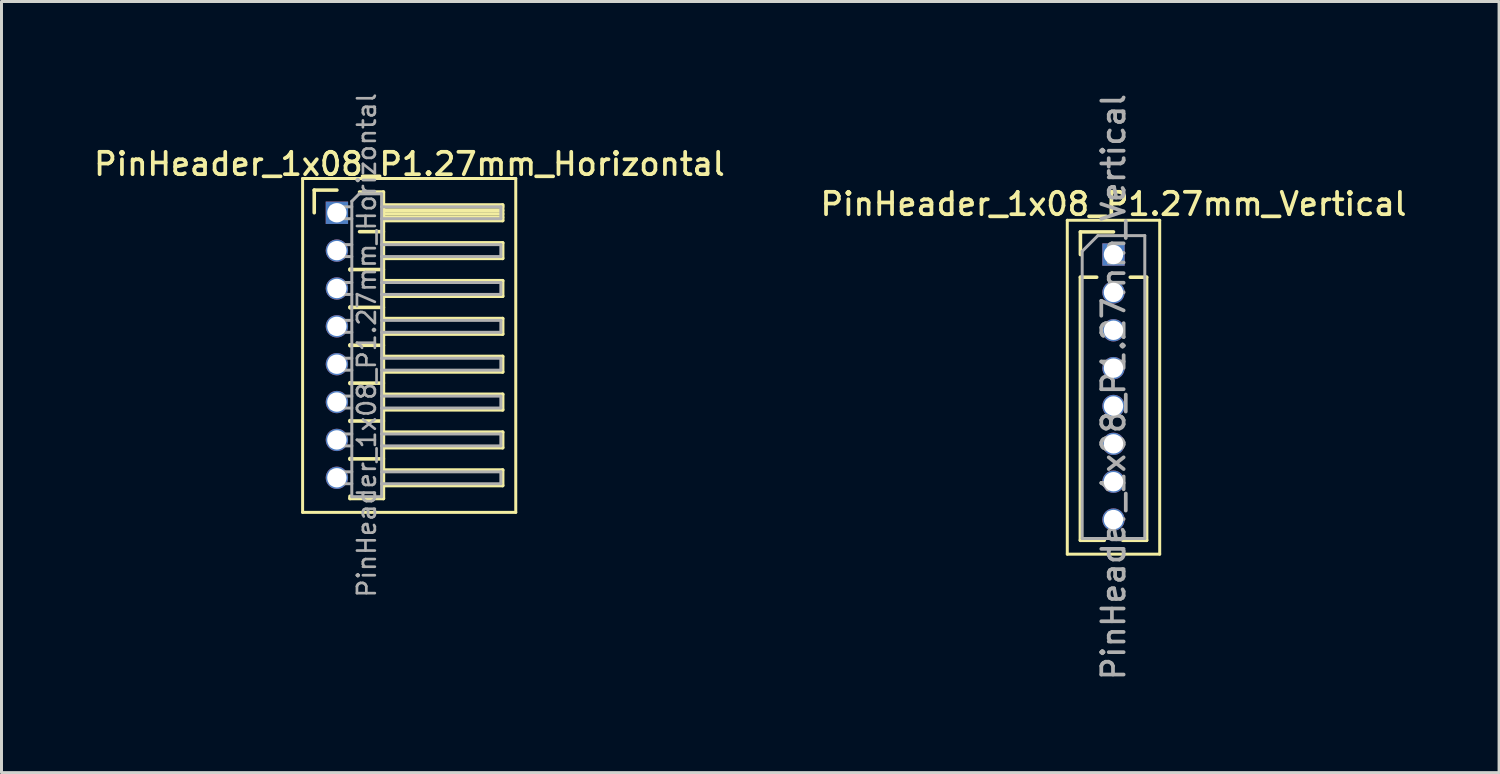
<source format=kicad_pcb>
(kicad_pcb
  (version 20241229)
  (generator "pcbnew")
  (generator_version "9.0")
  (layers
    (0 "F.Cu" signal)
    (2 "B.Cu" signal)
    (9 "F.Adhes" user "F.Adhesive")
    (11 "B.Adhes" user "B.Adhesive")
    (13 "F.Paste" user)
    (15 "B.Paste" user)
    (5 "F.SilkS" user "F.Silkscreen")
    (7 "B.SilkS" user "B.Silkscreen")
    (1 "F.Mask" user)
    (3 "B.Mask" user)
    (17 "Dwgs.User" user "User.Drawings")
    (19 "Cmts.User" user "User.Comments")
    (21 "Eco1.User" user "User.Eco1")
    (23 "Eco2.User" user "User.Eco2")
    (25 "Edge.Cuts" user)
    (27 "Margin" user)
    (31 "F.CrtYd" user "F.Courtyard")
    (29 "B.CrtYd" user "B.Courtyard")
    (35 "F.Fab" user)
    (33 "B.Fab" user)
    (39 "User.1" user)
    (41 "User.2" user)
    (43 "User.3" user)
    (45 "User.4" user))
  (footprint "PinHeader_1x08_P1.27mm_Vertical"
    (layer "F.Cu")
    (at 34.302 5.489)
    (property "Reference" "PinHeader_1x08_P1.27mm_Vertical" (at 0 -1.695 0) (layer "F.SilkS") (effects (font (size 0.75 0.75) (thickness 0.125))))
    (attr through_hole)
    (fp_line (start -1.55 -1.15) (end -1.55 10.05) (stroke (width 0.1) (type solid)) (layer "F.SilkS"))
    (fp_line (start -1.55 10.05) (end 1.55 10.05) (stroke (width 0.1) (type solid)) (layer "F.SilkS"))
    (fp_line (start -1.11 -0.76) (end 0 -0.76) (stroke (width 0.12) (type solid)) (layer "F.SilkS"))
    (fp_line (start -1.11 0) (end -1.11 -0.76) (stroke (width 0.12) (type solid)) (layer "F.SilkS"))
    (fp_line (start -1.11 0.76) (end -1.11 9.585) (stroke (width 0.12) (type solid)) (layer "F.SilkS"))
    (fp_line (start -1.11 0.76) (end -0.563 0.76) (stroke (width 0.12) (type solid)) (layer "F.SilkS"))
    (fp_line (start -1.11 9.585) (end -0.308 9.585) (stroke (width 0.12) (type solid)) (layer "F.SilkS"))
    (fp_line (start 0.308 9.585) (end 1.11 9.585) (stroke (width 0.12) (type solid)) (layer "F.SilkS"))
    (fp_line (start 0.563 0.76) (end 1.11 0.76) (stroke (width 0.12) (type solid)) (layer "F.SilkS"))
    (fp_line (start 1.11 0.76) (end 1.11 9.585) (stroke (width 0.12) (type solid)) (layer "F.SilkS"))
    (fp_line (start 1.55 -1.15) (end -1.55 -1.15) (stroke (width 0.1) (type solid)) (layer "F.SilkS"))
    (fp_line (start 1.55 10.05) (end 1.55 -1.15) (stroke (width 0.1) (type solid)) (layer "F.SilkS"))
    (fp_line (start -1.05 -0.11) (end -0.525 -0.635) (stroke (width 0.1) (type solid)) (layer "F.Fab"))
    (fp_line (start -1.05 9.525) (end -1.05 -0.11) (stroke (width 0.1) (type solid)) (layer "F.Fab"))
    (fp_line (start -0.525 -0.635) (end 1.05 -0.635) (stroke (width 0.1) (type solid)) (layer "F.Fab"))
    (fp_line (start 1.05 -0.635) (end 1.05 9.525) (stroke (width 0.1) (type solid)) (layer "F.Fab"))
    (fp_line (start 1.05 9.525) (end -1.05 9.525) (stroke (width 0.1) (type solid)) (layer "F.Fab"))
    (fp_text user "${REFERENCE}" (at 0 4.445 90) (layer "F.Fab") (effects (font (size 0.75 0.75) (thickness 0.125))))
    (pad "1" thru_hole rect (at 0 0) (size 0.75 0.75) (drill 0.65) (layers "*.Cu" "*.Mask"))
    (pad "2" thru_hole oval (at 0 1.27) (size 0.75 0.75) (drill 0.65) (layers "*.Cu" "*.Mask"))
    (pad "3" thru_hole oval (at 0 2.54) (size 0.75 0.75) (drill 0.65) (layers "*.Cu" "*.Mask"))
    (pad "4" thru_hole oval (at 0 3.81) (size 0.75 0.75) (drill 0.65) (layers "*.Cu" "*.Mask"))
    (pad "5" thru_hole oval (at 0 5.08) (size 0.75 0.75) (drill 0.65) (layers "*.Cu" "*.Mask"))
    (pad "6" thru_hole oval (at 0 6.35) (size 0.75 0.75) (drill 0.65) (layers "*.Cu" "*.Mask"))
    (pad "7" thru_hole oval (at 0 7.62) (size 0.75 0.75) (drill 0.65) (layers "*.Cu" "*.Mask"))
    (pad "8" thru_hole oval (at 0 8.89) (size 0.75 0.75) (drill 0.65) (layers "*.Cu" "*.Mask")))
  (footprint "PinHeader_1x08_P1.27mm_Horizontal"
    (layer "F.Cu")
    (at 8.251 4.087)
    (property "Reference" "PinHeader_1x08_P1.27mm_Horizontal" (at 2.433 -1.635 0) (layer "F.SilkS") (effects (font (size 0.75 0.75) (thickness 0.125))))
    (attr through_hole)
    (fp_line (start -1.15 -1.15) (end -1.15 10.05) (stroke (width 0.1) (type solid)) (layer "F.SilkS"))
    (fp_line (start -1.15 10.05) (end 6 10.05) (stroke (width 0.1) (type solid)) (layer "F.SilkS"))
    (fp_line (start -0.76 -0.76) (end 0 -0.76) (stroke (width 0.12) (type solid)) (layer "F.SilkS"))
    (fp_line (start -0.76 0) (end -0.76 -0.76) (stroke (width 0.12) (type solid)) (layer "F.SilkS"))
    (fp_line (start 0.44 1.89) (end 0.44 1.92) (stroke (width 0.12) (type solid)) (layer "F.SilkS"))
    (fp_line (start 0.44 1.905) (end 1.56 1.905) (stroke (width 0.12) (type solid)) (layer "F.SilkS"))
    (fp_line (start 0.44 3.16) (end 0.44 3.19) (stroke (width 0.12) (type solid)) (layer "F.SilkS"))
    (fp_line (start 0.44 3.175) (end 1.56 3.175) (stroke (width 0.12) (type solid)) (layer "F.SilkS"))
    (fp_line (start 0.44 4.43) (end 0.44 4.46) (stroke (width 0.12) (type solid)) (layer "F.SilkS"))
    (fp_line (start 0.44 4.445) (end 1.56 4.445) (stroke (width 0.12) (type solid)) (layer "F.SilkS"))
    (fp_line (start 0.44 5.7) (end 0.44 5.73) (stroke (width 0.12) (type solid)) (layer "F.SilkS"))
    (fp_line (start 0.44 5.715) (end 1.56 5.715) (stroke (width 0.12) (type solid)) (layer "F.SilkS"))
    (fp_line (start 0.44 6.97) (end 0.44 7) (stroke (width 0.12) (type solid)) (layer "F.SilkS"))
    (fp_line (start 0.44 6.985) (end 1.56 6.985) (stroke (width 0.12) (type solid)) (layer "F.SilkS"))
    (fp_line (start 0.44 8.24) (end 0.44 8.27) (stroke (width 0.12) (type solid)) (layer "F.SilkS"))
    (fp_line (start 0.44 8.255) (end 1.56 8.255) (stroke (width 0.12) (type solid)) (layer "F.SilkS"))
    (fp_line (start 0.44 9.585) (end 0.44 9.51) (stroke (width 0.12) (type solid)) (layer "F.SilkS"))
    (fp_line (start 0.76 -0.695) (end 1.56 -0.695) (stroke (width 0.12) (type solid)) (layer "F.SilkS"))
    (fp_line (start 0.76 0.635) (end 1.56 0.635) (stroke (width 0.12) (type solid)) (layer "F.SilkS"))
    (fp_line (start 1.56 -0.695) (end 1.56 9.585) (stroke (width 0.12) (type solid)) (layer "F.SilkS"))
    (fp_line (start 1.56 -0.26) (end 5.56 -0.26) (stroke (width 0.12) (type solid)) (layer "F.SilkS"))
    (fp_line (start 1.56 -0.2) (end 5.56 -0.2) (stroke (width 0.12) (type solid)) (layer "F.SilkS"))
    (fp_line (start 1.56 -0.08) (end 5.56 -0.08) (stroke (width 0.12) (type solid)) (layer "F.SilkS"))
    (fp_line (start 1.56 0.04) (end 5.56 0.04) (stroke (width 0.12) (type solid)) (layer "F.SilkS"))
    (fp_line (start 1.56 0.16) (end 5.56 0.16) (stroke (width 0.12) (type solid)) (layer "F.SilkS"))
    (fp_line (start 1.56 1.01) (end 5.56 1.01) (stroke (width 0.12) (type solid)) (layer "F.SilkS"))
    (fp_line (start 1.56 2.28) (end 5.56 2.28) (stroke (width 0.12) (type solid)) (layer "F.SilkS"))
    (fp_line (start 1.56 3.55) (end 5.56 3.55) (stroke (width 0.12) (type solid)) (layer "F.SilkS"))
    (fp_line (start 1.56 4.82) (end 5.56 4.82) (stroke (width 0.12) (type solid)) (layer "F.SilkS"))
    (fp_line (start 1.56 6.09) (end 5.56 6.09) (stroke (width 0.12) (type solid)) (layer "F.SilkS"))
    (fp_line (start 1.56 7.36) (end 5.56 7.36) (stroke (width 0.12) (type solid)) (layer "F.SilkS"))
    (fp_line (start 1.56 8.63) (end 5.56 8.63) (stroke (width 0.12) (type solid)) (layer "F.SilkS"))
    (fp_line (start 1.56 9.585) (end 0.44 9.585) (stroke (width 0.12) (type solid)) (layer "F.SilkS"))
    (fp_line (start 5.56 -0.26) (end 5.56 0.26) (stroke (width 0.12) (type solid)) (layer "F.SilkS"))
    (fp_line (start 5.56 0.26) (end 1.56 0.26) (stroke (width 0.12) (type solid)) (layer "F.SilkS"))
    (fp_line (start 5.56 1.01) (end 5.56 1.53) (stroke (width 0.12) (type solid)) (layer "F.SilkS"))
    (fp_line (start 5.56 1.53) (end 1.56 1.53) (stroke (width 0.12) (type solid)) (layer "F.SilkS"))
    (fp_line (start 5.56 2.28) (end 5.56 2.8) (stroke (width 0.12) (type solid)) (layer "F.SilkS"))
    (fp_line (start 5.56 2.8) (end 1.56 2.8) (stroke (width 0.12) (type solid)) (layer "F.SilkS"))
    (fp_line (start 5.56 3.55) (end 5.56 4.07) (stroke (width 0.12) (type solid)) (layer "F.SilkS"))
    (fp_line (start 5.56 4.07) (end 1.56 4.07) (stroke (width 0.12) (type solid)) (layer "F.SilkS"))
    (fp_line (start 5.56 4.82) (end 5.56 5.34) (stroke (width 0.12) (type solid)) (layer "F.SilkS"))
    (fp_line (start 5.56 5.34) (end 1.56 5.34) (stroke (width 0.12) (type solid)) (layer "F.SilkS"))
    (fp_line (start 5.56 6.09) (end 5.56 6.61) (stroke (width 0.12) (type solid)) (layer "F.SilkS"))
    (fp_line (start 5.56 6.61) (end 1.56 6.61) (stroke (width 0.12) (type solid)) (layer "F.SilkS"))
    (fp_line (start 5.56 7.36) (end 5.56 7.88) (stroke (width 0.12) (type solid)) (layer "F.SilkS"))
    (fp_line (start 5.56 7.88) (end 1.56 7.88) (stroke (width 0.12) (type solid)) (layer "F.SilkS"))
    (fp_line (start 5.56 8.63) (end 5.56 9.15) (stroke (width 0.12) (type solid)) (layer "F.SilkS"))
    (fp_line (start 5.56 9.15) (end 1.56 9.15) (stroke (width 0.12) (type solid)) (layer "F.SilkS"))
    (fp_line (start 6 -1.15) (end -1.15 -1.15) (stroke (width 0.1) (type solid)) (layer "F.SilkS"))
    (fp_line (start 6 10.05) (end 6 -1.15) (stroke (width 0.1) (type solid)) (layer "F.SilkS"))
    (fp_line (start -0.2 -0.2) (end -0.2 0.2) (stroke (width 0.1) (type solid)) (layer "F.Fab"))
    (fp_line (start -0.2 -0.2) (end 0.5 -0.2) (stroke (width 0.1) (type solid)) (layer "F.Fab"))
    (fp_line (start -0.2 0.2) (end 0.5 0.2) (stroke (width 0.1) (type solid)) (layer "F.Fab"))
    (fp_line (start -0.2 1.07) (end -0.2 1.47) (stroke (width 0.1) (type solid)) (layer "F.Fab"))
    (fp_line (start -0.2 1.07) (end 0.5 1.07) (stroke (width 0.1) (type solid)) (layer "F.Fab"))
    (fp_line (start -0.2 1.47) (end 0.5 1.47) (stroke (width 0.1) (type solid)) (layer "F.Fab"))
    (fp_line (start -0.2 2.34) (end -0.2 2.74) (stroke (width 0.1) (type solid)) (layer "F.Fab"))
    (fp_line (start -0.2 2.34) (end 0.5 2.34) (stroke (width 0.1) (type solid)) (layer "F.Fab"))
    (fp_line (start -0.2 2.74) (end 0.5 2.74) (stroke (width 0.1) (type solid)) (layer "F.Fab"))
    (fp_line (start -0.2 3.61) (end -0.2 4.01) (stroke (width 0.1) (type solid)) (layer "F.Fab"))
    (fp_line (start -0.2 3.61) (end 0.5 3.61) (stroke (width 0.1) (type solid)) (layer "F.Fab"))
    (fp_line (start -0.2 4.01) (end 0.5 4.01) (stroke (width 0.1) (type solid)) (layer "F.Fab"))
    (fp_line (start -0.2 4.88) (end -0.2 5.28) (stroke (width 0.1) (type solid)) (layer "F.Fab"))
    (fp_line (start -0.2 4.88) (end 0.5 4.88) (stroke (width 0.1) (type solid)) (layer "F.Fab"))
    (fp_line (start -0.2 5.28) (end 0.5 5.28) (stroke (width 0.1) (type solid)) (layer "F.Fab"))
    (fp_line (start -0.2 6.15) (end -0.2 6.55) (stroke (width 0.1) (type solid)) (layer "F.Fab"))
    (fp_line (start -0.2 6.15) (end 0.5 6.15) (stroke (width 0.1) (type solid)) (layer "F.Fab"))
    (fp_line (start -0.2 6.55) (end 0.5 6.55) (stroke (width 0.1) (type solid)) (layer "F.Fab"))
    (fp_line (start -0.2 7.42) (end -0.2 7.82) (stroke (width 0.1) (type solid)) (layer "F.Fab"))
    (fp_line (start -0.2 7.42) (end 0.5 7.42) (stroke (width 0.1) (type solid)) (layer "F.Fab"))
    (fp_line (start -0.2 7.82) (end 0.5 7.82) (stroke (width 0.1) (type solid)) (layer "F.Fab"))
    (fp_line (start -0.2 8.69) (end -0.2 9.09) (stroke (width 0.1) (type solid)) (layer "F.Fab"))
    (fp_line (start -0.2 8.69) (end 0.5 8.69) (stroke (width 0.1) (type solid)) (layer "F.Fab"))
    (fp_line (start -0.2 9.09) (end 0.5 9.09) (stroke (width 0.1) (type solid)) (layer "F.Fab"))
    (fp_line (start 0.5 -0.385) (end 0.75 -0.635) (stroke (width 0.1) (type solid)) (layer "F.Fab"))
    (fp_line (start 0.5 9.525) (end 0.5 -0.385) (stroke (width 0.1) (type solid)) (layer "F.Fab"))
    (fp_line (start 0.75 -0.635) (end 1.5 -0.635) (stroke (width 0.1) (type solid)) (layer "F.Fab"))
    (fp_line (start 1.5 -0.635) (end 1.5 9.525) (stroke (width 0.1) (type solid)) (layer "F.Fab"))
    (fp_line (start 1.5 -0.2) (end 5.5 -0.2) (stroke (width 0.1) (type solid)) (layer "F.Fab"))
    (fp_line (start 1.5 0.2) (end 5.5 0.2) (stroke (width 0.1) (type solid)) (layer "F.Fab"))
    (fp_line (start 1.5 1.07) (end 5.5 1.07) (stroke (width 0.1) (type solid)) (layer "F.Fab"))
    (fp_line (start 1.5 1.47) (end 5.5 1.47) (stroke (width 0.1) (type solid)) (layer "F.Fab"))
    (fp_line (start 1.5 2.34) (end 5.5 2.34) (stroke (width 0.1) (type solid)) (layer "F.Fab"))
    (fp_line (start 1.5 2.74) (end 5.5 2.74) (stroke (width 0.1) (type solid)) (layer "F.Fab"))
    (fp_line (start 1.5 3.61) (end 5.5 3.61) (stroke (width 0.1) (type solid)) (layer "F.Fab"))
    (fp_line (start 1.5 4.01) (end 5.5 4.01) (stroke (width 0.1) (type solid)) (layer "F.Fab"))
    (fp_line (start 1.5 4.88) (end 5.5 4.88) (stroke (width 0.1) (type solid)) (layer "F.Fab"))
    (fp_line (start 1.5 5.28) (end 5.5 5.28) (stroke (width 0.1) (type solid)) (layer "F.Fab"))
    (fp_line (start 1.5 6.15) (end 5.5 6.15) (stroke (width 0.1) (type solid)) (layer "F.Fab"))
    (fp_line (start 1.5 6.55) (end 5.5 6.55) (stroke (width 0.1) (type solid)) (layer "F.Fab"))
    (fp_line (start 1.5 7.42) (end 5.5 7.42) (stroke (width 0.1) (type solid)) (layer "F.Fab"))
    (fp_line (start 1.5 7.82) (end 5.5 7.82) (stroke (width 0.1) (type solid)) (layer "F.Fab"))
    (fp_line (start 1.5 8.69) (end 5.5 8.69) (stroke (width 0.1) (type solid)) (layer "F.Fab"))
    (fp_line (start 1.5 9.09) (end 5.5 9.09) (stroke (width 0.1) (type solid)) (layer "F.Fab"))
    (fp_line (start 1.5 9.525) (end 0.5 9.525) (stroke (width 0.1) (type solid)) (layer "F.Fab"))
    (fp_line (start 5.5 -0.2) (end 5.5 0.2) (stroke (width 0.1) (type solid)) (layer "F.Fab"))
    (fp_line (start 5.5 1.07) (end 5.5 1.47) (stroke (width 0.1) (type solid)) (layer "F.Fab"))
    (fp_line (start 5.5 2.34) (end 5.5 2.74) (stroke (width 0.1) (type solid)) (layer "F.Fab"))
    (fp_line (start 5.5 3.61) (end 5.5 4.01) (stroke (width 0.1) (type solid)) (layer "F.Fab"))
    (fp_line (start 5.5 4.88) (end 5.5 5.28) (stroke (width 0.1) (type solid)) (layer "F.Fab"))
    (fp_line (start 5.5 6.15) (end 5.5 6.55) (stroke (width 0.1) (type solid)) (layer "F.Fab"))
    (fp_line (start 5.5 7.42) (end 5.5 7.82) (stroke (width 0.1) (type solid)) (layer "F.Fab"))
    (fp_line (start 5.5 8.69) (end 5.5 9.09) (stroke (width 0.1) (type solid)) (layer "F.Fab"))
    (fp_text user "${REFERENCE}" (at 1 4.445 90) (layer "F.Fab") (effects (font (size 0.6 0.6) (thickness 0.09))))
    (pad "1" thru_hole rect (at 0 0) (size 0.75 0.75) (drill 0.65) (layers "*.Cu" "*.Mask"))
    (pad "2" thru_hole oval (at 0 1.27) (size 0.75 0.75) (drill 0.65) (layers "*.Cu" "*.Mask"))
    (pad "3" thru_hole oval (at 0 2.54) (size 0.75 0.75) (drill 0.65) (layers "*.Cu" "*.Mask"))
    (pad "4" thru_hole oval (at 0 3.81) (size 0.75 0.75) (drill 0.65) (layers "*.Cu" "*.Mask"))
    (pad "5" thru_hole oval (at 0 5.08) (size 0.75 0.75) (drill 0.65) (layers "*.Cu" "*.Mask"))
    (pad "6" thru_hole oval (at 0 6.35) (size 0.75 0.75) (drill 0.65) (layers "*.Cu" "*.Mask"))
    (pad "7" thru_hole oval (at 0 7.62) (size 0.75 0.75) (drill 0.65) (layers "*.Cu" "*.Mask"))
    (pad "8" thru_hole oval (at 0 8.89) (size 0.75 0.75) (drill 0.65) (layers "*.Cu" "*.Mask")))
  (gr_rect
    (start -3 -3)
    (end 47.236 22.868)
    (stroke (width 0.1) (type default))
    (fill no)
    (layer "Edge.Cuts")))
</source>
